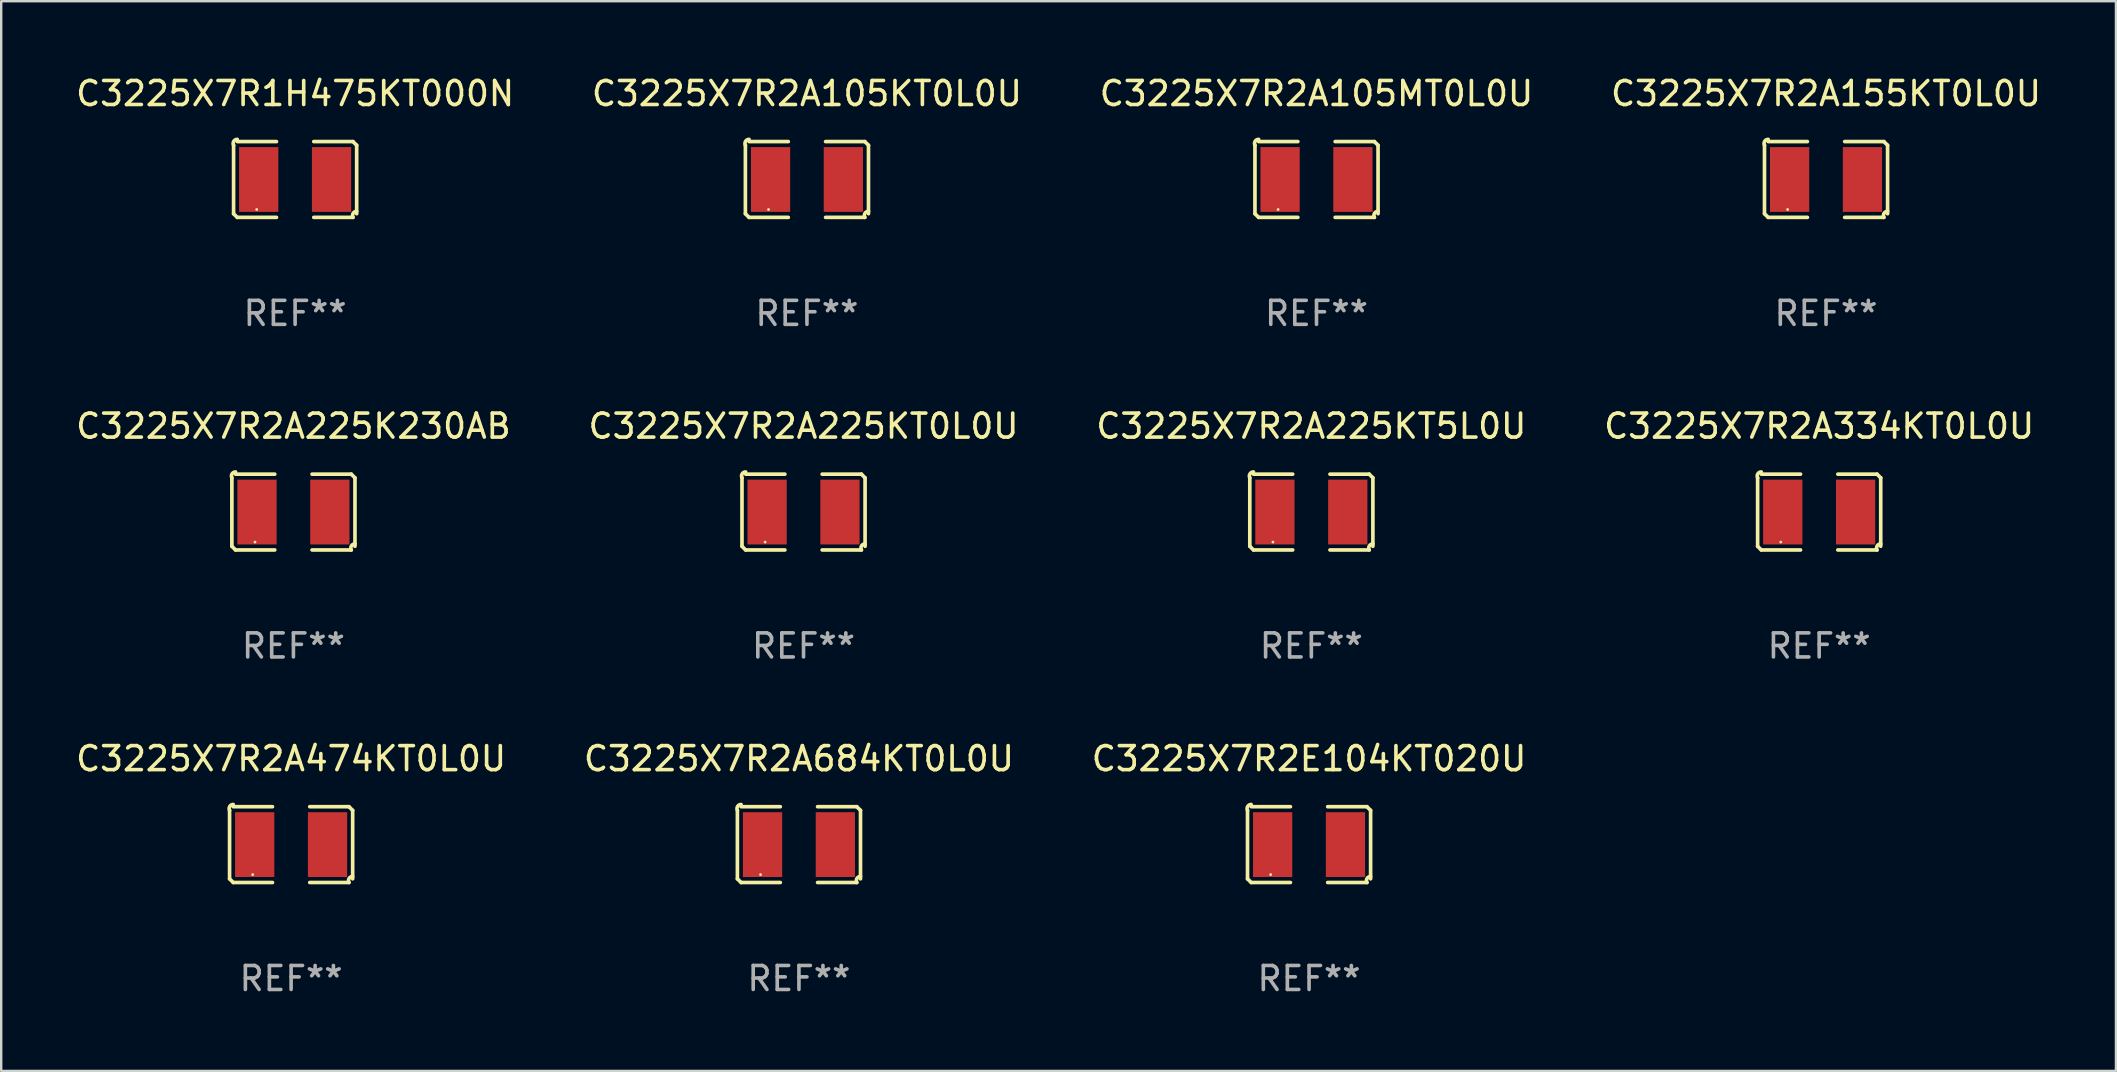
<source format=kicad_pcb>
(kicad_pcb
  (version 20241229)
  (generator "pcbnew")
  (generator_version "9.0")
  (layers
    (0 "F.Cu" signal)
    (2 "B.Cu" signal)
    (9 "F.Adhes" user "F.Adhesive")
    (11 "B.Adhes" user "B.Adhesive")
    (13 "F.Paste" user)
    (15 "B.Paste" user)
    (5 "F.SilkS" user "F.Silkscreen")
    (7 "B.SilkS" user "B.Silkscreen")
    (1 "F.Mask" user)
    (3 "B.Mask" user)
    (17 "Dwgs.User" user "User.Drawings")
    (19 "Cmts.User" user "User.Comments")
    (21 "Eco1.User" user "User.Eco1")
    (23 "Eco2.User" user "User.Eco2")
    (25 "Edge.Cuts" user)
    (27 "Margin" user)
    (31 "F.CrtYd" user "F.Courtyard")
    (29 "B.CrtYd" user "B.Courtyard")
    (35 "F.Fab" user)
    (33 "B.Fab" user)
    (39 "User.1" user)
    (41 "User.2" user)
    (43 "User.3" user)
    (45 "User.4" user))
  (footprint "C3225X7R2A155KT0L0U"
    (layer "F.Cu")
    (at 73.018 4.427)
    (property "Reference" "C3225X7R2A155KT0L0U" (at 0 -3.579 0) (layer "F.SilkS") (effects (font (size 1 1) (thickness 0.15))))
    (attr through_hole)
    (fp_line (start -2.564 1.426) (end -2.564 -1.426) (stroke (width 0.152) (type solid)) (layer "F.SilkS"))
    (fp_line (start -2.411 -1.579) (end -0.776 -1.579) (stroke (width 0.152) (type solid)) (layer "F.SilkS"))
    (fp_line (start -0.776 1.579) (end -2.411 1.579) (stroke (width 0.152) (type solid)) (layer "F.SilkS"))
    (fp_line (start 0.776 1.579) (end 2.411 1.579) (stroke (width 0.152) (type solid)) (layer "F.SilkS"))
    (fp_line (start 2.411 -1.579) (end 0.776 -1.579) (stroke (width 0.152) (type solid)) (layer "F.SilkS"))
    (fp_line (start 2.564 1.426) (end 2.564 -1.426) (stroke (width 0.152) (type solid)) (layer "F.SilkS"))
    (fp_arc (start -2.563602 -1.426213) (mid -2.555597 -1.591233) (end -2.411201 -1.671518) (stroke (width 0.1524) (type solid)) (layer "F.SilkS"))
    (fp_arc (start -2.5636 1.426214) (mid -2.487389 1.502402) (end -2.411201 1.578613) (stroke (width 0.1524) (type solid)) (layer "F.SilkS"))
    (fp_arc (start 2.411197 -1.578618) (mid 2.487403 -1.502419) (end 2.563602 -1.426213) (stroke (width 0.1524) (type solid)) (layer "F.SilkS"))
    (fp_arc (start 2.411201 1.578613) (mid 2.416214 1.409455) (end 2.563602 1.32629) (stroke (width 0.1524) (type solid)) (layer "F.SilkS"))
    (fp_circle (center -1.6 1.25) (end -1.57 1.25) (stroke (width 0.06) (type solid)) (fill no) (layer "F.SilkS"))
    (fp_text user "REF**" (at 0 5.579 0) (layer "F.Fab") (effects (font (size 1 1) (thickness 0.15))))
    (pad "1" smd rect (at -1.517 0) (size 1.635 2.7) (layers "F.Cu" "F.Mask" "F.Paste"))
    (pad "2" smd rect (at 1.517 0) (size 1.635 2.7) (layers "F.Cu" "F.Mask" "F.Paste")))
  (footprint "C3225X7R2A105KT0L0U"
    (layer "F.Cu")
    (at 30.565 4.427)
    (property "Reference" "C3225X7R2A105KT0L0U" (at 0 -3.579 0) (layer "F.SilkS") (effects (font (size 1 1) (thickness 0.15))))
    (attr through_hole)
    (fp_line (start -2.564 1.426) (end -2.564 -1.426) (stroke (width 0.152) (type solid)) (layer "F.SilkS"))
    (fp_line (start -2.411 -1.579) (end -0.776 -1.579) (stroke (width 0.152) (type solid)) (layer "F.SilkS"))
    (fp_line (start -0.776 1.579) (end -2.411 1.579) (stroke (width 0.152) (type solid)) (layer "F.SilkS"))
    (fp_line (start 0.776 1.579) (end 2.411 1.579) (stroke (width 0.152) (type solid)) (layer "F.SilkS"))
    (fp_line (start 2.411 -1.579) (end 0.776 -1.579) (stroke (width 0.152) (type solid)) (layer "F.SilkS"))
    (fp_line (start 2.564 1.426) (end 2.564 -1.426) (stroke (width 0.152) (type solid)) (layer "F.SilkS"))
    (fp_arc (start -2.563602 -1.426213) (mid -2.555597 -1.591233) (end -2.411201 -1.671518) (stroke (width 0.1524) (type solid)) (layer "F.SilkS"))
    (fp_arc (start -2.5636 1.426214) (mid -2.487389 1.502402) (end -2.411201 1.578613) (stroke (width 0.1524) (type solid)) (layer "F.SilkS"))
    (fp_arc (start 2.411197 -1.578618) (mid 2.487403 -1.502419) (end 2.563602 -1.426213) (stroke (width 0.1524) (type solid)) (layer "F.SilkS"))
    (fp_arc (start 2.411201 1.578613) (mid 2.416214 1.409455) (end 2.563602 1.32629) (stroke (width 0.1524) (type solid)) (layer "F.SilkS"))
    (fp_circle (center -1.6 1.25) (end -1.57 1.25) (stroke (width 0.06) (type solid)) (fill no) (layer "F.SilkS"))
    (fp_text user "REF**" (at 0 5.579 0) (layer "F.Fab") (effects (font (size 1 1) (thickness 0.15))))
    (pad "1" smd rect (at -1.517 0) (size 1.635 2.7) (layers "F.Cu" "F.Mask" "F.Paste"))
    (pad "2" smd rect (at 1.517 0) (size 1.635 2.7) (layers "F.Cu" "F.Mask" "F.Paste")))
  (footprint "C3225X7R2A684KT0L0U"
    (layer "F.Cu")
    (at 30.232 32.134)
    (property "Reference" "C3225X7R2A684KT0L0U" (at 0 -3.579 0) (layer "F.SilkS") (effects (font (size 1 1) (thickness 0.15))))
    (attr through_hole)
    (fp_line (start -2.564 1.426) (end -2.564 -1.426) (stroke (width 0.152) (type solid)) (layer "F.SilkS"))
    (fp_line (start -2.411 -1.579) (end -0.776 -1.579) (stroke (width 0.152) (type solid)) (layer "F.SilkS"))
    (fp_line (start -0.776 1.579) (end -2.411 1.579) (stroke (width 0.152) (type solid)) (layer "F.SilkS"))
    (fp_line (start 0.776 1.579) (end 2.411 1.579) (stroke (width 0.152) (type solid)) (layer "F.SilkS"))
    (fp_line (start 2.411 -1.579) (end 0.776 -1.579) (stroke (width 0.152) (type solid)) (layer "F.SilkS"))
    (fp_line (start 2.564 1.426) (end 2.564 -1.426) (stroke (width 0.152) (type solid)) (layer "F.SilkS"))
    (fp_arc (start -2.563602 -1.426213) (mid -2.555597 -1.591233) (end -2.411201 -1.671518) (stroke (width 0.1524) (type solid)) (layer "F.SilkS"))
    (fp_arc (start -2.5636 1.426214) (mid -2.487389 1.502402) (end -2.411201 1.578613) (stroke (width 0.1524) (type solid)) (layer "F.SilkS"))
    (fp_arc (start 2.411197 -1.578618) (mid 2.487403 -1.502419) (end 2.563602 -1.426213) (stroke (width 0.1524) (type solid)) (layer "F.SilkS"))
    (fp_arc (start 2.411201 1.578613) (mid 2.416214 1.409455) (end 2.563602 1.32629) (stroke (width 0.1524) (type solid)) (layer "F.SilkS"))
    (fp_circle (center -1.6 1.25) (end -1.57 1.25) (stroke (width 0.06) (type solid)) (fill no) (layer "F.SilkS"))
    (fp_text user "REF**" (at 0 5.579 0) (layer "F.Fab") (effects (font (size 1 1) (thickness 0.15))))
    (pad "1" smd rect (at -1.517 0) (size 1.635 2.7) (layers "F.Cu" "F.Mask" "F.Paste"))
    (pad "2" smd rect (at 1.517 0) (size 1.635 2.7) (layers "F.Cu" "F.Mask" "F.Paste")))
  (footprint "C3225X7R2A334KT0L0U"
    (layer "F.Cu")
    (at 72.732 18.281)
    (property "Reference" "C3225X7R2A334KT0L0U" (at 0 -3.579 0) (layer "F.SilkS") (effects (font (size 1 1) (thickness 0.15))))
    (attr through_hole)
    (fp_line (start -2.564 1.426) (end -2.564 -1.426) (stroke (width 0.152) (type solid)) (layer "F.SilkS"))
    (fp_line (start -2.411 -1.579) (end -0.776 -1.579) (stroke (width 0.152) (type solid)) (layer "F.SilkS"))
    (fp_line (start -0.776 1.579) (end -2.411 1.579) (stroke (width 0.152) (type solid)) (layer "F.SilkS"))
    (fp_line (start 0.776 1.579) (end 2.411 1.579) (stroke (width 0.152) (type solid)) (layer "F.SilkS"))
    (fp_line (start 2.411 -1.579) (end 0.776 -1.579) (stroke (width 0.152) (type solid)) (layer "F.SilkS"))
    (fp_line (start 2.564 1.426) (end 2.564 -1.426) (stroke (width 0.152) (type solid)) (layer "F.SilkS"))
    (fp_arc (start -2.563602 -1.426213) (mid -2.555597 -1.591233) (end -2.411201 -1.671518) (stroke (width 0.1524) (type solid)) (layer "F.SilkS"))
    (fp_arc (start -2.5636 1.426214) (mid -2.487389 1.502402) (end -2.411201 1.578613) (stroke (width 0.1524) (type solid)) (layer "F.SilkS"))
    (fp_arc (start 2.411197 -1.578618) (mid 2.487403 -1.502419) (end 2.563602 -1.426213) (stroke (width 0.1524) (type solid)) (layer "F.SilkS"))
    (fp_arc (start 2.411201 1.578613) (mid 2.416214 1.409455) (end 2.563602 1.32629) (stroke (width 0.1524) (type solid)) (layer "F.SilkS"))
    (fp_circle (center -1.6 1.25) (end -1.57 1.25) (stroke (width 0.06) (type solid)) (fill no) (layer "F.SilkS"))
    (fp_text user "REF**" (at 0 5.579 0) (layer "F.Fab") (effects (font (size 1 1) (thickness 0.15))))
    (pad "1" smd rect (at -1.517 0) (size 1.635 2.7) (layers "F.Cu" "F.Mask" "F.Paste"))
    (pad "2" smd rect (at 1.517 0) (size 1.635 2.7) (layers "F.Cu" "F.Mask" "F.Paste")))
  (footprint "C3225X7R2A225KT5L0U"
    (layer "F.Cu")
    (at 51.577 18.281)
    (property "Reference" "C3225X7R2A225KT5L0U" (at 0 -3.579 0) (layer "F.SilkS") (effects (font (size 1 1) (thickness 0.15))))
    (attr through_hole)
    (fp_line (start -2.564 1.426) (end -2.564 -1.426) (stroke (width 0.152) (type solid)) (layer "F.SilkS"))
    (fp_line (start -2.411 -1.579) (end -0.776 -1.579) (stroke (width 0.152) (type solid)) (layer "F.SilkS"))
    (fp_line (start -0.776 1.579) (end -2.411 1.579) (stroke (width 0.152) (type solid)) (layer "F.SilkS"))
    (fp_line (start 0.776 1.579) (end 2.411 1.579) (stroke (width 0.152) (type solid)) (layer "F.SilkS"))
    (fp_line (start 2.411 -1.579) (end 0.776 -1.579) (stroke (width 0.152) (type solid)) (layer "F.SilkS"))
    (fp_line (start 2.564 1.426) (end 2.564 -1.426) (stroke (width 0.152) (type solid)) (layer "F.SilkS"))
    (fp_arc (start -2.563602 -1.426213) (mid -2.555597 -1.591233) (end -2.411201 -1.671518) (stroke (width 0.1524) (type solid)) (layer "F.SilkS"))
    (fp_arc (start -2.5636 1.426214) (mid -2.487389 1.502402) (end -2.411201 1.578613) (stroke (width 0.1524) (type solid)) (layer "F.SilkS"))
    (fp_arc (start 2.411197 -1.578618) (mid 2.487403 -1.502419) (end 2.563602 -1.426213) (stroke (width 0.1524) (type solid)) (layer "F.SilkS"))
    (fp_arc (start 2.411201 1.578613) (mid 2.416214 1.409455) (end 2.563602 1.32629) (stroke (width 0.1524) (type solid)) (layer "F.SilkS"))
    (fp_circle (center -1.6 1.25) (end -1.57 1.25) (stroke (width 0.06) (type solid)) (fill no) (layer "F.SilkS"))
    (fp_text user "REF**" (at 0 5.579 0) (layer "F.Fab") (effects (font (size 1 1) (thickness 0.15))))
    (pad "1" smd rect (at -1.517 0) (size 1.635 2.7) (layers "F.Cu" "F.Mask" "F.Paste"))
    (pad "2" smd rect (at 1.517 0) (size 1.635 2.7) (layers "F.Cu" "F.Mask" "F.Paste")))
  (footprint "C3225X7R2A105MT0L0U"
    (layer "F.Cu")
    (at 51.792 4.427)
    (property "Reference" "C3225X7R2A105MT0L0U" (at 0 -3.579 0) (layer "F.SilkS") (effects (font (size 1 1) (thickness 0.15))))
    (attr through_hole)
    (fp_line (start -2.564 1.426) (end -2.564 -1.426) (stroke (width 0.152) (type solid)) (layer "F.SilkS"))
    (fp_line (start -2.411 -1.579) (end -0.776 -1.579) (stroke (width 0.152) (type solid)) (layer "F.SilkS"))
    (fp_line (start -0.776 1.579) (end -2.411 1.579) (stroke (width 0.152) (type solid)) (layer "F.SilkS"))
    (fp_line (start 0.776 1.579) (end 2.411 1.579) (stroke (width 0.152) (type solid)) (layer "F.SilkS"))
    (fp_line (start 2.411 -1.579) (end 0.776 -1.579) (stroke (width 0.152) (type solid)) (layer "F.SilkS"))
    (fp_line (start 2.564 1.426) (end 2.564 -1.426) (stroke (width 0.152) (type solid)) (layer "F.SilkS"))
    (fp_arc (start -2.563602 -1.426213) (mid -2.555597 -1.591233) (end -2.411201 -1.671518) (stroke (width 0.1524) (type solid)) (layer "F.SilkS"))
    (fp_arc (start -2.5636 1.426214) (mid -2.487389 1.502402) (end -2.411201 1.578613) (stroke (width 0.1524) (type solid)) (layer "F.SilkS"))
    (fp_arc (start 2.411197 -1.578618) (mid 2.487403 -1.502419) (end 2.563602 -1.426213) (stroke (width 0.1524) (type solid)) (layer "F.SilkS"))
    (fp_arc (start 2.411201 1.578613) (mid 2.416214 1.409455) (end 2.563602 1.32629) (stroke (width 0.1524) (type solid)) (layer "F.SilkS"))
    (fp_circle (center -1.6 1.25) (end -1.57 1.25) (stroke (width 0.06) (type solid)) (fill no) (layer "F.SilkS"))
    (fp_text user "REF**" (at 0 5.579 0) (layer "F.Fab") (effects (font (size 1 1) (thickness 0.15))))
    (pad "1" smd rect (at -1.517 0) (size 1.635 2.7) (layers "F.Cu" "F.Mask" "F.Paste"))
    (pad "2" smd rect (at 1.517 0) (size 1.635 2.7) (layers "F.Cu" "F.Mask" "F.Paste")))
  (footprint "C3225X7R2E104KT020U"
    (layer "F.Cu")
    (at 51.482 32.134)
    (property "Reference" "C3225X7R2E104KT020U" (at 0 -3.579 0) (layer "F.SilkS") (effects (font (size 1 1) (thickness 0.15))))
    (attr through_hole)
    (fp_line (start -2.564 1.426) (end -2.564 -1.426) (stroke (width 0.152) (type solid)) (layer "F.SilkS"))
    (fp_line (start -2.411 -1.579) (end -0.776 -1.579) (stroke (width 0.152) (type solid)) (layer "F.SilkS"))
    (fp_line (start -0.776 1.579) (end -2.411 1.579) (stroke (width 0.152) (type solid)) (layer "F.SilkS"))
    (fp_line (start 0.776 1.579) (end 2.411 1.579) (stroke (width 0.152) (type solid)) (layer "F.SilkS"))
    (fp_line (start 2.411 -1.579) (end 0.776 -1.579) (stroke (width 0.152) (type solid)) (layer "F.SilkS"))
    (fp_line (start 2.564 1.426) (end 2.564 -1.426) (stroke (width 0.152) (type solid)) (layer "F.SilkS"))
    (fp_arc (start -2.563602 -1.426213) (mid -2.555597 -1.591233) (end -2.411201 -1.671518) (stroke (width 0.1524) (type solid)) (layer "F.SilkS"))
    (fp_arc (start -2.5636 1.426214) (mid -2.487389 1.502402) (end -2.411201 1.578613) (stroke (width 0.1524) (type solid)) (layer "F.SilkS"))
    (fp_arc (start 2.411197 -1.578618) (mid 2.487403 -1.502419) (end 2.563602 -1.426213) (stroke (width 0.1524) (type solid)) (layer "F.SilkS"))
    (fp_arc (start 2.411201 1.578613) (mid 2.416214 1.409455) (end 2.563602 1.32629) (stroke (width 0.1524) (type solid)) (layer "F.SilkS"))
    (fp_circle (center -1.6 1.25) (end -1.57 1.25) (stroke (width 0.06) (type solid)) (fill no) (layer "F.SilkS"))
    (fp_text user "REF**" (at 0 5.579 0) (layer "F.Fab") (effects (font (size 1 1) (thickness 0.15))))
    (pad "1" smd rect (at -1.517 0) (size 1.635 2.7) (layers "F.Cu" "F.Mask" "F.Paste"))
    (pad "2" smd rect (at 1.517 0) (size 1.635 2.7) (layers "F.Cu" "F.Mask" "F.Paste")))
  (footprint "C3225X7R1H475KT000N"
    (layer "F.Cu")
    (at 9.244 4.427)
    (property "Reference" "C3225X7R1H475KT000N" (at 0 -3.579 0) (layer "F.SilkS") (effects (font (size 1 1) (thickness 0.15))))
    (attr through_hole)
    (fp_line (start -2.564 1.426) (end -2.564 -1.426) (stroke (width 0.152) (type solid)) (layer "F.SilkS"))
    (fp_line (start -2.411 -1.579) (end -0.776 -1.579) (stroke (width 0.152) (type solid)) (layer "F.SilkS"))
    (fp_line (start -0.776 1.579) (end -2.411 1.579) (stroke (width 0.152) (type solid)) (layer "F.SilkS"))
    (fp_line (start 0.776 1.579) (end 2.411 1.579) (stroke (width 0.152) (type solid)) (layer "F.SilkS"))
    (fp_line (start 2.411 -1.579) (end 0.776 -1.579) (stroke (width 0.152) (type solid)) (layer "F.SilkS"))
    (fp_line (start 2.564 1.426) (end 2.564 -1.426) (stroke (width 0.152) (type solid)) (layer "F.SilkS"))
    (fp_arc (start -2.563602 -1.426213) (mid -2.555597 -1.591233) (end -2.411201 -1.671518) (stroke (width 0.1524) (type solid)) (layer "F.SilkS"))
    (fp_arc (start -2.5636 1.426214) (mid -2.487389 1.502402) (end -2.411201 1.578613) (stroke (width 0.1524) (type solid)) (layer "F.SilkS"))
    (fp_arc (start 2.411197 -1.578618) (mid 2.487403 -1.502419) (end 2.563602 -1.426213) (stroke (width 0.1524) (type solid)) (layer "F.SilkS"))
    (fp_arc (start 2.411201 1.578613) (mid 2.416214 1.409455) (end 2.563602 1.32629) (stroke (width 0.1524) (type solid)) (layer "F.SilkS"))
    (fp_circle (center -1.6 1.25) (end -1.57 1.25) (stroke (width 0.06) (type solid)) (fill no) (layer "F.SilkS"))
    (fp_text user "REF**" (at 0 5.579 0) (layer "F.Fab") (effects (font (size 1 1) (thickness 0.15))))
    (pad "1" smd rect (at -1.517 0) (size 1.635 2.7) (layers "F.Cu" "F.Mask" "F.Paste"))
    (pad "2" smd rect (at 1.517 0) (size 1.635 2.7) (layers "F.Cu" "F.Mask" "F.Paste")))
  (footprint "C3225X7R2A225K230AB"
    (layer "F.Cu")
    (at 9.173 18.281)
    (property "Reference" "C3225X7R2A225K230AB" (at 0 -3.579 0) (layer "F.SilkS") (effects (font (size 1 1) (thickness 0.15))))
    (attr through_hole)
    (fp_line (start -2.564 1.426) (end -2.564 -1.426) (stroke (width 0.152) (type solid)) (layer "F.SilkS"))
    (fp_line (start -2.411 -1.579) (end -0.776 -1.579) (stroke (width 0.152) (type solid)) (layer "F.SilkS"))
    (fp_line (start -0.776 1.579) (end -2.411 1.579) (stroke (width 0.152) (type solid)) (layer "F.SilkS"))
    (fp_line (start 0.776 1.579) (end 2.411 1.579) (stroke (width 0.152) (type solid)) (layer "F.SilkS"))
    (fp_line (start 2.411 -1.579) (end 0.776 -1.579) (stroke (width 0.152) (type solid)) (layer "F.SilkS"))
    (fp_line (start 2.564 1.426) (end 2.564 -1.426) (stroke (width 0.152) (type solid)) (layer "F.SilkS"))
    (fp_arc (start -2.563602 -1.426213) (mid -2.555597 -1.591233) (end -2.411201 -1.671518) (stroke (width 0.1524) (type solid)) (layer "F.SilkS"))
    (fp_arc (start -2.5636 1.426214) (mid -2.487389 1.502402) (end -2.411201 1.578613) (stroke (width 0.1524) (type solid)) (layer "F.SilkS"))
    (fp_arc (start 2.411197 -1.578618) (mid 2.487403 -1.502419) (end 2.563602 -1.426213) (stroke (width 0.1524) (type solid)) (layer "F.SilkS"))
    (fp_arc (start 2.411201 1.578613) (mid 2.416214 1.409455) (end 2.563602 1.32629) (stroke (width 0.1524) (type solid)) (layer "F.SilkS"))
    (fp_circle (center -1.6 1.25) (end -1.57 1.25) (stroke (width 0.06) (type solid)) (fill no) (layer "F.SilkS"))
    (fp_text user "REF**" (at 0 5.579 0) (layer "F.Fab") (effects (font (size 1 1) (thickness 0.15))))
    (pad "1" smd rect (at -1.517 0) (size 1.635 2.7) (layers "F.Cu" "F.Mask" "F.Paste"))
    (pad "2" smd rect (at 1.517 0) (size 1.635 2.7) (layers "F.Cu" "F.Mask" "F.Paste")))
  (footprint "C3225X7R2A225KT0L0U"
    (layer "F.Cu")
    (at 30.423 18.281)
    (property "Reference" "C3225X7R2A225KT0L0U" (at 0 -3.579 0) (layer "F.SilkS") (effects (font (size 1 1) (thickness 0.15))))
    (attr through_hole)
    (fp_line (start -2.564 1.426) (end -2.564 -1.426) (stroke (width 0.152) (type solid)) (layer "F.SilkS"))
    (fp_line (start -2.411 -1.579) (end -0.776 -1.579) (stroke (width 0.152) (type solid)) (layer "F.SilkS"))
    (fp_line (start -0.776 1.579) (end -2.411 1.579) (stroke (width 0.152) (type solid)) (layer "F.SilkS"))
    (fp_line (start 0.776 1.579) (end 2.411 1.579) (stroke (width 0.152) (type solid)) (layer "F.SilkS"))
    (fp_line (start 2.411 -1.579) (end 0.776 -1.579) (stroke (width 0.152) (type solid)) (layer "F.SilkS"))
    (fp_line (start 2.564 1.426) (end 2.564 -1.426) (stroke (width 0.152) (type solid)) (layer "F.SilkS"))
    (fp_arc (start -2.563602 -1.426213) (mid -2.555597 -1.591233) (end -2.411201 -1.671518) (stroke (width 0.1524) (type solid)) (layer "F.SilkS"))
    (fp_arc (start -2.5636 1.426214) (mid -2.487389 1.502402) (end -2.411201 1.578613) (stroke (width 0.1524) (type solid)) (layer "F.SilkS"))
    (fp_arc (start 2.411197 -1.578618) (mid 2.487403 -1.502419) (end 2.563602 -1.426213) (stroke (width 0.1524) (type solid)) (layer "F.SilkS"))
    (fp_arc (start 2.411201 1.578613) (mid 2.416214 1.409455) (end 2.563602 1.32629) (stroke (width 0.1524) (type solid)) (layer "F.SilkS"))
    (fp_circle (center -1.6 1.25) (end -1.57 1.25) (stroke (width 0.06) (type solid)) (fill no) (layer "F.SilkS"))
    (fp_text user "REF**" (at 0 5.579 0) (layer "F.Fab") (effects (font (size 1 1) (thickness 0.15))))
    (pad "1" smd rect (at -1.517 0) (size 1.635 2.7) (layers "F.Cu" "F.Mask" "F.Paste"))
    (pad "2" smd rect (at 1.517 0) (size 1.635 2.7) (layers "F.Cu" "F.Mask" "F.Paste")))
  (footprint "C3225X7R2A474KT0L0U"
    (layer "F.Cu")
    (at 9.077 32.134)
    (property "Reference" "C3225X7R2A474KT0L0U" (at 0 -3.579 0) (layer "F.SilkS") (effects (font (size 1 1) (thickness 0.15))))
    (attr through_hole)
    (fp_line (start -2.564 1.426) (end -2.564 -1.426) (stroke (width 0.152) (type solid)) (layer "F.SilkS"))
    (fp_line (start -2.411 -1.579) (end -0.776 -1.579) (stroke (width 0.152) (type solid)) (layer "F.SilkS"))
    (fp_line (start -0.776 1.579) (end -2.411 1.579) (stroke (width 0.152) (type solid)) (layer "F.SilkS"))
    (fp_line (start 0.776 1.579) (end 2.411 1.579) (stroke (width 0.152) (type solid)) (layer "F.SilkS"))
    (fp_line (start 2.411 -1.579) (end 0.776 -1.579) (stroke (width 0.152) (type solid)) (layer "F.SilkS"))
    (fp_line (start 2.564 1.426) (end 2.564 -1.426) (stroke (width 0.152) (type solid)) (layer "F.SilkS"))
    (fp_arc (start -2.563602 -1.426213) (mid -2.555597 -1.591233) (end -2.411201 -1.671518) (stroke (width 0.1524) (type solid)) (layer "F.SilkS"))
    (fp_arc (start -2.5636 1.426214) (mid -2.487389 1.502402) (end -2.411201 1.578613) (stroke (width 0.1524) (type solid)) (layer "F.SilkS"))
    (fp_arc (start 2.411197 -1.578618) (mid 2.487403 -1.502419) (end 2.563602 -1.426213) (stroke (width 0.1524) (type solid)) (layer "F.SilkS"))
    (fp_arc (start 2.411201 1.578613) (mid 2.416214 1.409455) (end 2.563602 1.32629) (stroke (width 0.1524) (type solid)) (layer "F.SilkS"))
    (fp_circle (center -1.6 1.25) (end -1.57 1.25) (stroke (width 0.06) (type solid)) (fill no) (layer "F.SilkS"))
    (fp_text user "REF**" (at 0 5.579 0) (layer "F.Fab") (effects (font (size 1 1) (thickness 0.15))))
    (pad "1" smd rect (at -1.517 0) (size 1.635 2.7) (layers "F.Cu" "F.Mask" "F.Paste"))
    (pad "2" smd rect (at 1.517 0) (size 1.635 2.7) (layers "F.Cu" "F.Mask" "F.Paste")))
  (gr_rect
    (start -3 -3)
    (end 85.095 41.561)
    (stroke (width 0.1) (type default))
    (fill no)
    (layer "Edge.Cuts")))
</source>
